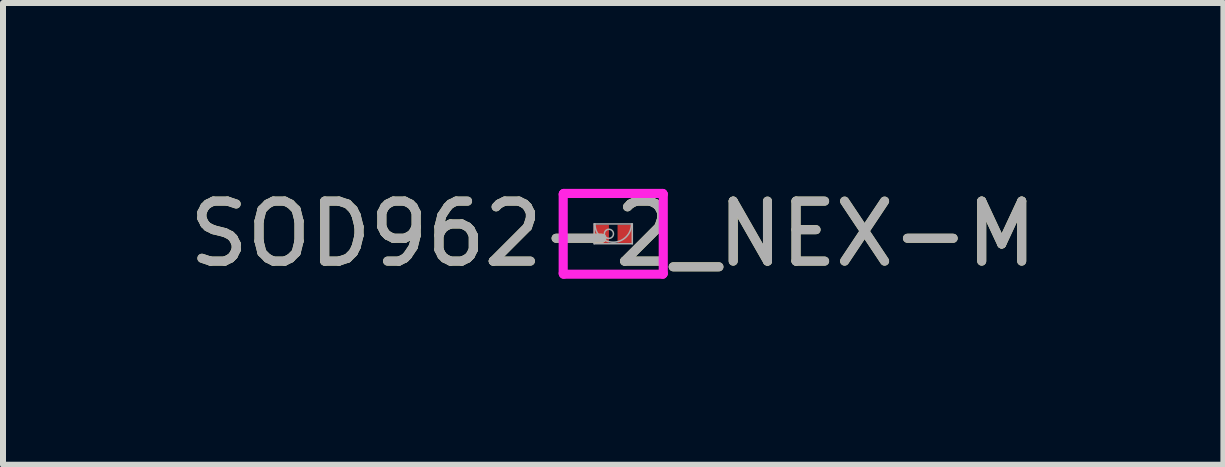
<source format=kicad_pcb>
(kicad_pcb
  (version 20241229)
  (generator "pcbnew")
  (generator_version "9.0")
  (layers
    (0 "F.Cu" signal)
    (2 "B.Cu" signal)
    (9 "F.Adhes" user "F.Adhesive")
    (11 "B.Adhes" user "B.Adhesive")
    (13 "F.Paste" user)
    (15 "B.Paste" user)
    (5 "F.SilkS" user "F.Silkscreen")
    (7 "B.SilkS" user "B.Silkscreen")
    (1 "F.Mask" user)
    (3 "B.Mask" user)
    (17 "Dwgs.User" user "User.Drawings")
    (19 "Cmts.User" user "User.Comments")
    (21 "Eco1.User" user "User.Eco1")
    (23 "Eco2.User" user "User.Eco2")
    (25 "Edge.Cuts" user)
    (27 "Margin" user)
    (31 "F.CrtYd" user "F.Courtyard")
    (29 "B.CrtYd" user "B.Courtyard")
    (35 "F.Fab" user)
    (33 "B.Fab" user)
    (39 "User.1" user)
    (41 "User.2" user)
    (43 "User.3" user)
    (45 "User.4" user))
  (footprint "SOD962-2_NEX-M"
    (layer "F.Cu")
    (at 7.173 0.848)
    (property "Reference" "SOD962-2_NEX-M" (at 0 0 0) (unlocked yes) (layer "F.SilkS") (effects (font (size 1 1) (thickness 0.15))))
    (attr smd)
    (fp_line (start -0.834 -0.66) (end -0.826 -0.66) (stroke (width 0.152) (type solid)) (layer "F.CrtYd"))
    (fp_line (start -0.834 0.66) (end -0.834 -0.66) (stroke (width 0.152) (type solid)) (layer "F.CrtYd"))
    (fp_line (start -0.834 0.66) (end -0.826 0.66) (stroke (width 0.152) (type solid)) (layer "F.CrtYd"))
    (fp_line (start -0.826 -0.673) (end 0.826 -0.673) (stroke (width 0.152) (type solid)) (layer "F.CrtYd"))
    (fp_line (start -0.826 -0.66) (end -0.826 -0.673) (stroke (width 0.152) (type solid)) (layer "F.CrtYd"))
    (fp_line (start -0.826 0.673) (end -0.826 0.66) (stroke (width 0.152) (type solid)) (layer "F.CrtYd"))
    (fp_line (start 0.826 -0.673) (end 0.826 -0.66) (stroke (width 0.152) (type solid)) (layer "F.CrtYd"))
    (fp_line (start 0.826 0.66) (end 0.826 0.673) (stroke (width 0.152) (type solid)) (layer "F.CrtYd"))
    (fp_line (start 0.826 0.673) (end -0.826 0.673) (stroke (width 0.152) (type solid)) (layer "F.CrtYd"))
    (fp_line (start 0.834 -0.66) (end 0.826 -0.66) (stroke (width 0.152) (type solid)) (layer "F.CrtYd"))
    (fp_line (start 0.834 -0.66) (end 0.834 0.66) (stroke (width 0.152) (type solid)) (layer "F.CrtYd"))
    (fp_line (start 0.834 0.66) (end 0.826 0.66) (stroke (width 0.152) (type solid)) (layer "F.CrtYd"))
    (fp_line (start -0.318 -0.165) (end -0.318 0.165) (stroke (width 0.025) (type solid)) (layer "F.Fab"))
    (fp_line (start -0.318 0.165) (end 0.318 0.165) (stroke (width 0.025) (type solid)) (layer "F.Fab"))
    (fp_line (start 0.318 -0.165) (end -0.318 -0.165) (stroke (width 0.025) (type solid)) (layer "F.Fab"))
    (fp_line (start 0.318 0.165) (end 0.318 -0.165) (stroke (width 0.025) (type solid)) (layer "F.Fab"))
    (fp_arc (start 0.3048 -0.1651) (mid 0 0.1397) (end -0.3048 -0.1651) (stroke (width 0.0254) (type solid)) (layer "F.Fab"))
    (fp_circle (center -0.072 0) (end 0.004 0) (stroke (width 0.025) (type solid)) (fill no) (layer "F.Fab"))
    (fp_text user "${REFERENCE}" (at 0 0 0) (unlocked yes) (layer "F.Fab") (effects (font (size 1 1) (thickness 0.15))))
    (pad "1" smd rect (at -0.199 0) (size 0.254 0.305) (layers "F.Cu" "F.Mask" "F.Paste"))
    (pad "2" smd rect (at 0.199 0) (size 0.254 0.305) (layers "F.Cu" "F.Mask" "F.Paste")))
  (gr_rect
    (start -3 -3)
    (end 17.345 4.697)
    (stroke (width 0.1) (type default))
    (fill no)
    (layer "Edge.Cuts")))
</source>
